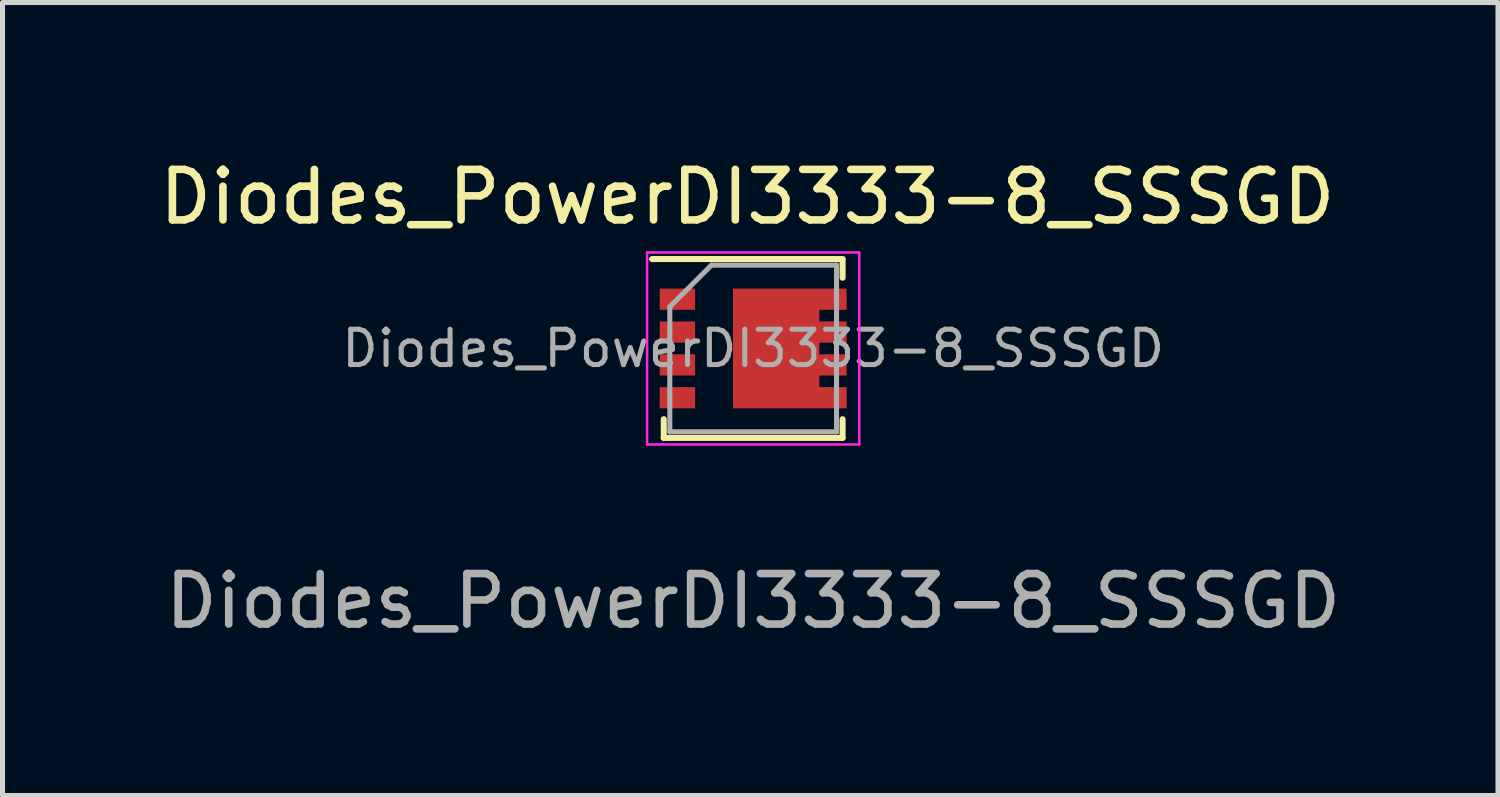
<source format=kicad_pcb>
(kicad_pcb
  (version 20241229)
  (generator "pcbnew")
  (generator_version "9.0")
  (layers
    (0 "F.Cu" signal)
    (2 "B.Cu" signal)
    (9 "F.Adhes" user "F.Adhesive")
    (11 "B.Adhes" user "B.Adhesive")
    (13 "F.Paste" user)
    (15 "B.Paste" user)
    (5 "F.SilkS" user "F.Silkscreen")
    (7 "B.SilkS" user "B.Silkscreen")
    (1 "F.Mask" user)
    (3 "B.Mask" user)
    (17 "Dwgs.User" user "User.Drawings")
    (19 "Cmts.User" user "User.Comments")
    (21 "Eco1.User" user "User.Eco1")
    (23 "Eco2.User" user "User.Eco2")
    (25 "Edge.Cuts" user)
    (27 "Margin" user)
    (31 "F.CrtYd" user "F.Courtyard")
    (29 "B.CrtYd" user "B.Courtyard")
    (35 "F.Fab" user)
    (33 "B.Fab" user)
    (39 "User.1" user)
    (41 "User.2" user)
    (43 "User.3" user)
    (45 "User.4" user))
  (footprint "Diodes_PowerDI3333-8_SSSGD"
    (layer "F.Cu")
    (at 11.859 3.848)
    (property "Reference" "Diodes_PowerDI3333-8_SSSGD" (at -0.115 -3 0) (unlocked yes) (layer "F.SilkS") (effects (font (size 1 1) (thickness 0.15))))
    (attr smd)
    (fp_line (start -1.77 1.77) (end -1.77 1.4) (stroke (width 0.12) (type solid)) (layer "F.SilkS"))
    (fp_line (start -1.77 1.77) (end 1.77 1.77) (stroke (width 0.12) (type solid)) (layer "F.SilkS"))
    (fp_line (start 1.77 -1.77) (end -2 -1.77) (stroke (width 0.12) (type solid)) (layer "F.SilkS"))
    (fp_line (start 1.77 -1.77) (end 1.77 -1.4) (stroke (width 0.12) (type solid)) (layer "F.SilkS"))
    (fp_line (start 1.77 1.77) (end 1.77 1.4) (stroke (width 0.12) (type solid)) (layer "F.SilkS"))
    (fp_line (start -2.1 -1.9) (end -2.1 1.9) (stroke (width 0.05) (type solid)) (layer "F.CrtYd"))
    (fp_line (start -2.1 1.9) (end 2.1 1.9) (stroke (width 0.05) (type solid)) (layer "F.CrtYd"))
    (fp_line (start 2.1 -1.9) (end -2.1 -1.9) (stroke (width 0.05) (type solid)) (layer "F.CrtYd"))
    (fp_line (start 2.1 1.9) (end 2.1 -1.9) (stroke (width 0.05) (type solid)) (layer "F.CrtYd"))
    (fp_line (start -1.65 -0.825) (end -1.65 1.65) (stroke (width 0.1) (type solid)) (layer "F.Fab"))
    (fp_line (start -1.65 1.65) (end 1.65 1.65) (stroke (width 0.1) (type solid)) (layer "F.Fab"))
    (fp_line (start -0.825 -1.65) (end -1.65 -0.825) (stroke (width 0.1) (type solid)) (layer "F.Fab"))
    (fp_line (start 1.65 -1.65) (end -0.825 -1.65) (stroke (width 0.1) (type solid)) (layer "F.Fab"))
    (fp_line (start 1.65 1.65) (end 1.65 -1.65) (stroke (width 0.1) (type solid)) (layer "F.Fab"))
    (fp_text user "${REFERENCE}" (at 0 5 0) (unlocked yes) (layer "F.Fab") (effects (font (size 1 1) (thickness 0.15))))
    (fp_text user "${REFERENCE}" (at 0 0 0) (layer "F.Fab") (effects (font (size 0.7 0.7) (thickness 0.1))))
    (pad "" smd rect (at 0.02 -0.565) (size 0.6 1) (layers "F.Paste"))
    (pad "" smd rect (at 0.02 0.565) (size 0.6 1) (layers "F.Paste"))
    (pad "" smd rect (at 0.73 -0.565) (size 0.6 1) (layers "F.Paste"))
    (pad "" smd rect (at 0.73 0.565) (size 0.6 1) (layers "F.Paste"))
    (pad "" smd rect (at 1.5 -0.975) (size 0.7 0.42) (layers "F.Paste"))
    (pad "" smd rect (at 1.5 -0.325) (size 0.7 0.42) (layers "F.Paste"))
    (pad "" smd rect (at 1.5 0.325) (size 0.7 0.42) (layers "F.Paste"))
    (pad "" smd rect (at 1.5 0.975) (size 0.7 0.42) (layers "F.Paste"))
    (pad "1" smd rect (at -1.5 -0.975) (size 0.7 0.42) (layers "F.Cu" "F.Mask" "F.Paste"))
    (pad "1" smd rect (at -1.5 -0.325) (size 0.7 0.42) (layers "F.Cu" "F.Mask" "F.Paste"))
    (pad "1" smd rect (at -1.5 0.325) (size 0.7 0.42) (layers "F.Cu" "F.Mask" "F.Paste"))
    (pad "2" smd rect (at -1.5 0.975) (size 0.7 0.42) (layers "F.Cu" "F.Mask" "F.Paste"))
    (pad "3" smd custom (at 0.455 0) (size 1.71 2.37) (layers "F.Cu" "F.Mask") (options (anchor rect)) (primitives (gr_poly (pts (xy 1.395 1.185) (xy 0.855 1.185) (xy 0.855 0.765) (xy 1.395 0.765)) (width 0) (fill yes)) (gr_poly (pts (xy 1.395 0.535) (xy 0.855 0.535) (xy 0.855 0.115) (xy 1.395 0.115)) (width 0) (fill yes)) (gr_poly (pts (xy 1.395 -0.115) (xy 0.855 -0.115) (xy 0.855 -0.535) (xy 1.395 -0.535)) (width 0) (fill yes)) (gr_poly (pts (xy 1.395 -0.765) (xy 0.855 -0.765) (xy 0.855 -1.185) (xy 1.395 -1.185)) (width 0) (fill yes)))))
  (gr_rect
    (start -3 -3)
    (end 26.603 12.697)
    (stroke (width 0.1) (type default))
    (fill no)
    (layer "Edge.Cuts")))
</source>
